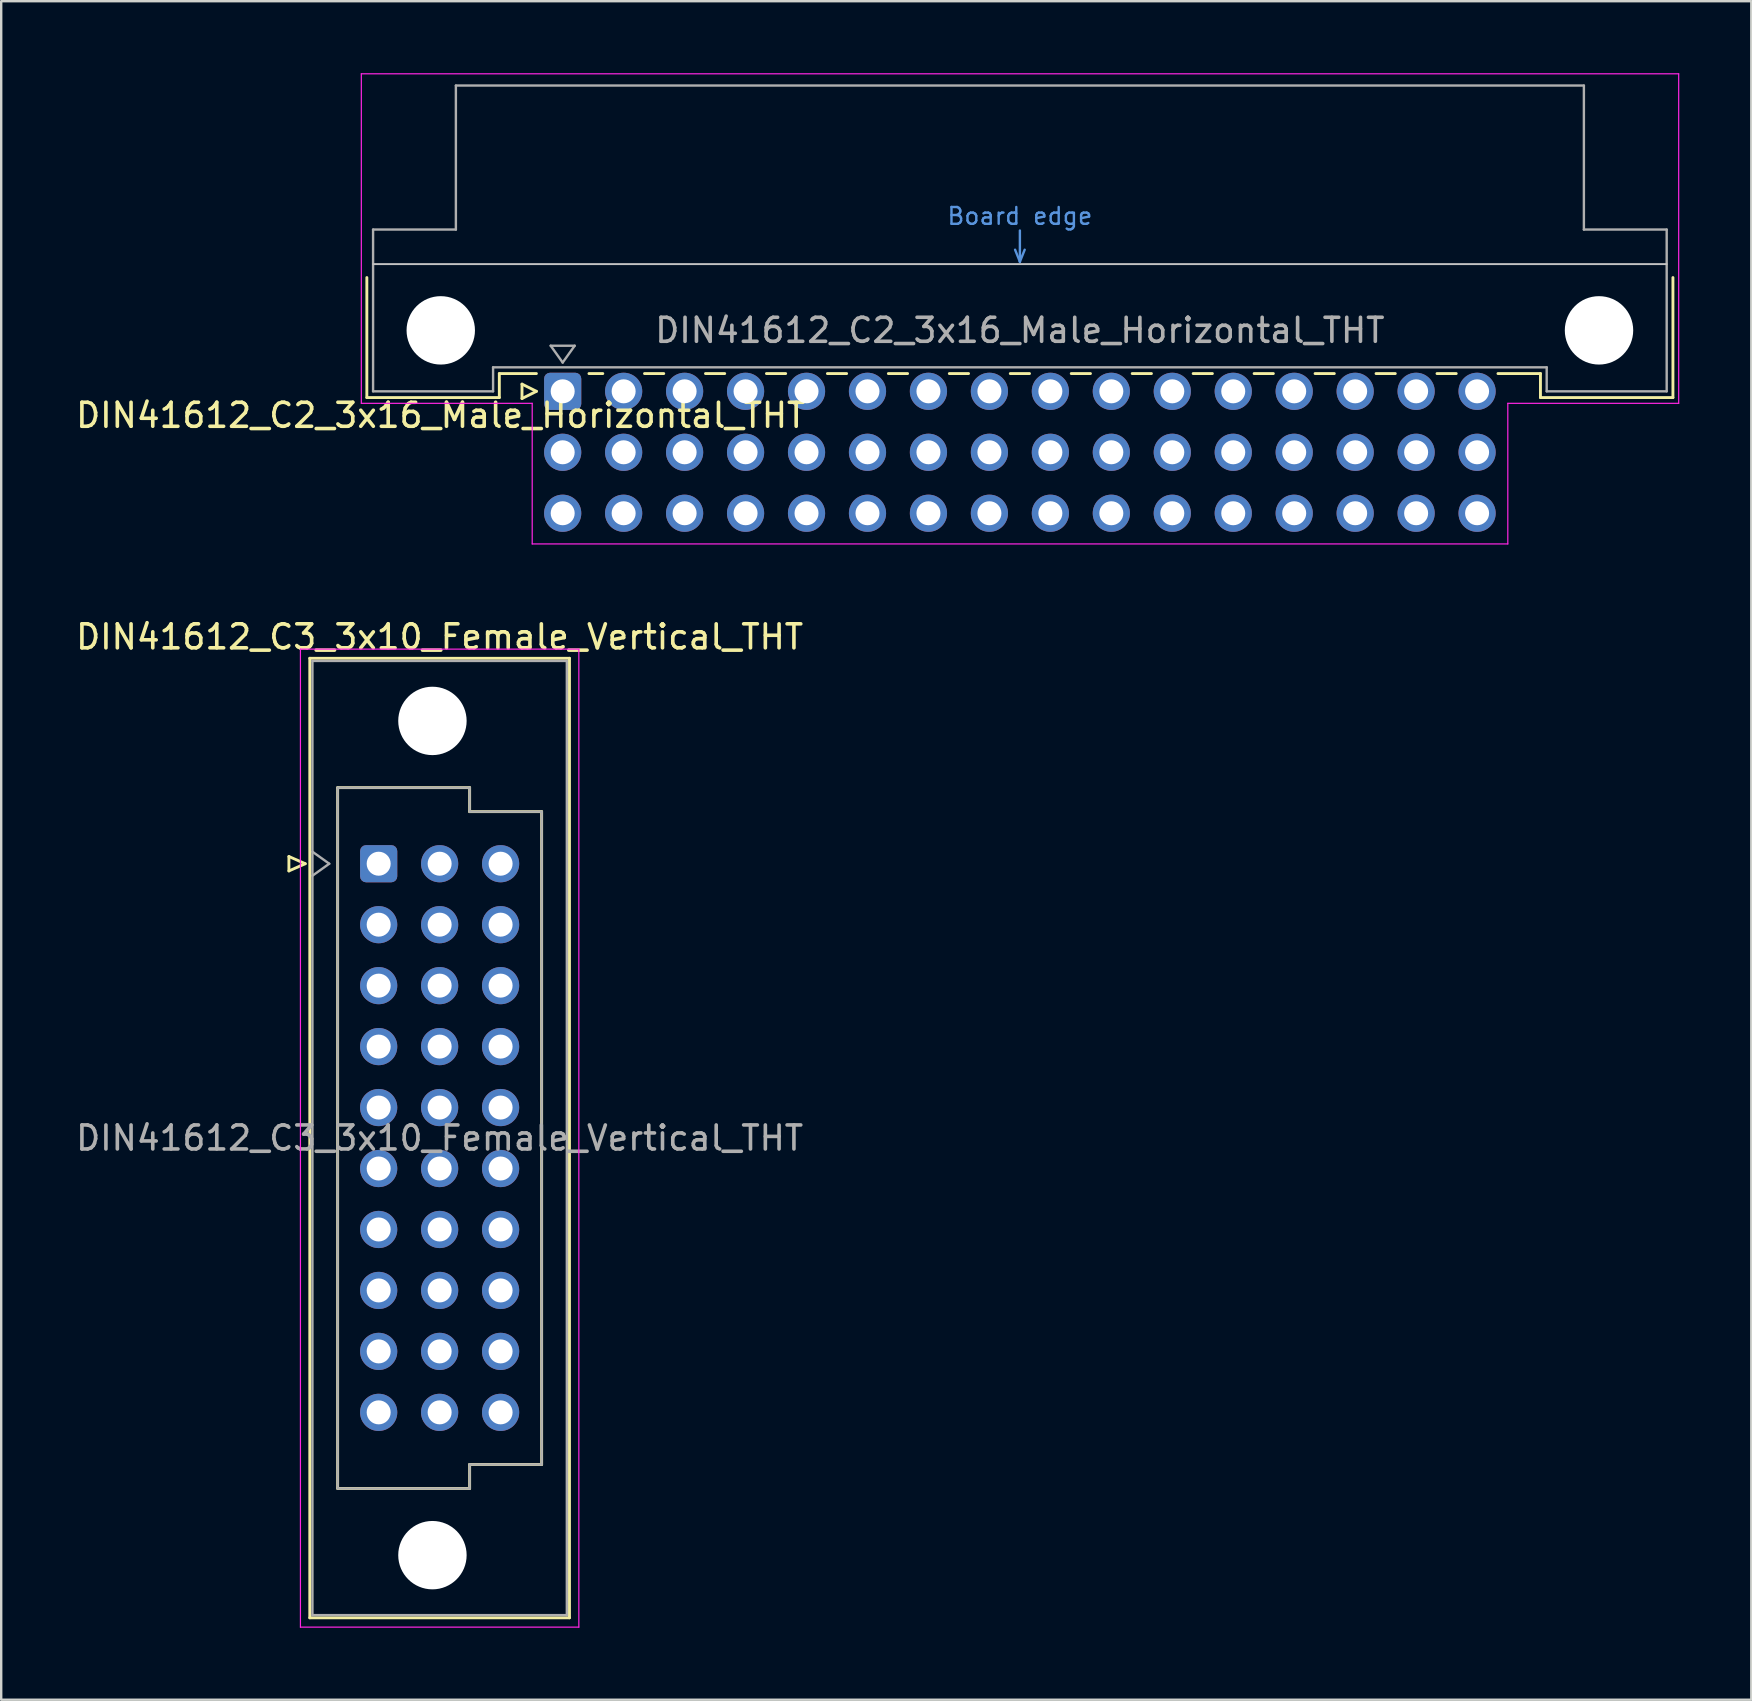
<source format=kicad_pcb>
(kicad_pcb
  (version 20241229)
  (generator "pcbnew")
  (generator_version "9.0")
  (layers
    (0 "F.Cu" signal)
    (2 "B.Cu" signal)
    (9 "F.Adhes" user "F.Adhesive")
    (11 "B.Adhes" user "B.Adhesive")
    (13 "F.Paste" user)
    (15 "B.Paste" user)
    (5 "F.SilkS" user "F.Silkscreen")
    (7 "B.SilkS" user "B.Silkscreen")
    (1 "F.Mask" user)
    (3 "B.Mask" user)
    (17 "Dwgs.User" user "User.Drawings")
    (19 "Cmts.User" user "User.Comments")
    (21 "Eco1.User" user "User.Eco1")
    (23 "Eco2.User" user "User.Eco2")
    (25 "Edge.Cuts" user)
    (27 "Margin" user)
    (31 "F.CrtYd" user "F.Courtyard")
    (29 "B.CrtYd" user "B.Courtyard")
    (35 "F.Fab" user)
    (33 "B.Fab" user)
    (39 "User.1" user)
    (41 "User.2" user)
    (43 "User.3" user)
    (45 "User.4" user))
  (footprint "DIN41612_C2_3x16_Male_Horizontal_THT"
    (layer "F.Cu")
    (at 20.395 13.255)
    (property "Reference" "DIN41612_C2_3x16_Male_Horizontal_THT" (at -5.08 1 0) (layer "F.SilkS") (effects (font (size 1 1) (thickness 0.15))))
    (attr through_hole)
    (fp_line (start -8.16 -4.74) (end -8.16 0.26) (stroke (width 0.12) (type solid)) (layer "F.SilkS"))
    (fp_line (start -8.16 0.26) (end -2.64 0.26) (stroke (width 0.12) (type solid)) (layer "F.SilkS"))
    (fp_line (start -2.64 -0.74) (end -1.095 -0.74) (stroke (width 0.12) (type solid)) (layer "F.SilkS"))
    (fp_line (start -2.64 0.26) (end -2.64 -0.74) (stroke (width 0.12) (type solid)) (layer "F.SilkS"))
    (fp_line (start -1.695 -0.3) (end -1.695 0.3) (stroke (width 0.12) (type solid)) (layer "F.SilkS"))
    (fp_line (start -1.695 0.3) (end -1.095 0) (stroke (width 0.12) (type solid)) (layer "F.SilkS"))
    (fp_line (start -1.095 0) (end -1.695 -0.3) (stroke (width 0.12) (type solid)) (layer "F.SilkS"))
    (fp_line (start 1.095 -0.74) (end 1.671 -0.74) (stroke (width 0.12) (type solid)) (layer "F.SilkS"))
    (fp_line (start 3.41 -0.74) (end 4.211 -0.74) (stroke (width 0.12) (type solid)) (layer "F.SilkS"))
    (fp_line (start 5.95 -0.74) (end 6.751 -0.74) (stroke (width 0.12) (type solid)) (layer "F.SilkS"))
    (fp_line (start 8.49 -0.74) (end 9.291 -0.74) (stroke (width 0.12) (type solid)) (layer "F.SilkS"))
    (fp_line (start 11.03 -0.74) (end 11.831 -0.74) (stroke (width 0.12) (type solid)) (layer "F.SilkS"))
    (fp_line (start 13.57 -0.74) (end 14.371 -0.74) (stroke (width 0.12) (type solid)) (layer "F.SilkS"))
    (fp_line (start 16.11 -0.74) (end 16.911 -0.74) (stroke (width 0.12) (type solid)) (layer "F.SilkS"))
    (fp_line (start 18.65 -0.74) (end 19.451 -0.74) (stroke (width 0.12) (type solid)) (layer "F.SilkS"))
    (fp_line (start 21.19 -0.74) (end 21.991 -0.74) (stroke (width 0.12) (type solid)) (layer "F.SilkS"))
    (fp_line (start 23.73 -0.74) (end 24.531 -0.74) (stroke (width 0.12) (type solid)) (layer "F.SilkS"))
    (fp_line (start 26.27 -0.74) (end 27.071 -0.74) (stroke (width 0.12) (type solid)) (layer "F.SilkS"))
    (fp_line (start 28.81 -0.74) (end 29.611 -0.74) (stroke (width 0.12) (type solid)) (layer "F.SilkS"))
    (fp_line (start 31.35 -0.74) (end 32.151 -0.74) (stroke (width 0.12) (type solid)) (layer "F.SilkS"))
    (fp_line (start 33.89 -0.74) (end 34.691 -0.74) (stroke (width 0.12) (type solid)) (layer "F.SilkS"))
    (fp_line (start 36.43 -0.74) (end 37.231 -0.74) (stroke (width 0.12) (type solid)) (layer "F.SilkS"))
    (fp_line (start 38.97 -0.74) (end 40.74 -0.74) (stroke (width 0.12) (type solid)) (layer "F.SilkS"))
    (fp_line (start 40.74 0.26) (end 40.74 -0.74) (stroke (width 0.12) (type solid)) (layer "F.SilkS"))
    (fp_line (start 46.26 -4.74) (end 46.26 0.26) (stroke (width 0.12) (type solid)) (layer "F.SilkS"))
    (fp_line (start 46.26 0.26) (end 40.74 0.26) (stroke (width 0.12) (type solid)) (layer "F.SilkS"))
    (fp_line (start -7.9 -5.3) (end 46 -5.3) (stroke (width 0.08) (type solid)) (layer "Dwgs.User"))
    (fp_line (start 18.85 -5.9) (end 19.05 -5.4) (stroke (width 0.1) (type solid)) (layer "Cmts.User"))
    (fp_line (start 19.05 -5.4) (end 19.05 -6.7) (stroke (width 0.1) (type solid)) (layer "Cmts.User"))
    (fp_line (start 19.05 -5.4) (end 19.25 -5.9) (stroke (width 0.1) (type solid)) (layer "Cmts.User"))
    (fp_line (start -8.39 -13.23) (end -8.39 0.5) (stroke (width 0.05) (type solid)) (layer "F.CrtYd"))
    (fp_line (start -8.39 0.5) (end -1.27 0.5) (stroke (width 0.05) (type solid)) (layer "F.CrtYd"))
    (fp_line (start -1.27 0.5) (end -1.27 6.36) (stroke (width 0.05) (type solid)) (layer "F.CrtYd"))
    (fp_line (start -1.27 6.36) (end 39.38 6.36) (stroke (width 0.05) (type solid)) (layer "F.CrtYd"))
    (fp_line (start 39.38 0.5) (end 46.5 0.5) (stroke (width 0.05) (type solid)) (layer "F.CrtYd"))
    (fp_line (start 39.38 6.36) (end 39.38 0.5) (stroke (width 0.05) (type solid)) (layer "F.CrtYd"))
    (fp_line (start 46.5 -13.23) (end -8.39 -13.23) (stroke (width 0.05) (type solid)) (layer "F.CrtYd"))
    (fp_line (start 46.5 0.5) (end 46.5 -13.23) (stroke (width 0.05) (type solid)) (layer "F.CrtYd"))
    (fp_line (start -7.9 -6.74) (end -7.9 0) (stroke (width 0.1) (type solid)) (layer "F.Fab"))
    (fp_line (start -7.9 0) (end -2.9 0) (stroke (width 0.1) (type solid)) (layer "F.Fab"))
    (fp_line (start -4.45 -12.74) (end -4.45 -6.74) (stroke (width 0.1) (type solid)) (layer "F.Fab"))
    (fp_line (start -4.45 -6.74) (end -7.9 -6.74) (stroke (width 0.1) (type solid)) (layer "F.Fab"))
    (fp_line (start -2.9 -1) (end 41 -1) (stroke (width 0.1) (type solid)) (layer "F.Fab"))
    (fp_line (start -2.9 0) (end -2.9 -1) (stroke (width 0.1) (type solid)) (layer "F.Fab"))
    (fp_line (start -0.5 -1.9) (end 0.5 -1.9) (stroke (width 0.1) (type solid)) (layer "F.Fab"))
    (fp_line (start 0 -1.2) (end -0.5 -1.9) (stroke (width 0.1) (type solid)) (layer "F.Fab"))
    (fp_line (start 0.5 -1.9) (end 0 -1.2) (stroke (width 0.1) (type solid)) (layer "F.Fab"))
    (fp_line (start 41 -1) (end 41 0) (stroke (width 0.1) (type solid)) (layer "F.Fab"))
    (fp_line (start 41 0) (end 46 0) (stroke (width 0.1) (type solid)) (layer "F.Fab"))
    (fp_line (start 42.55 -12.74) (end -4.45 -12.74) (stroke (width 0.1) (type solid)) (layer "F.Fab"))
    (fp_line (start 42.55 -6.74) (end 42.55 -12.74) (stroke (width 0.1) (type solid)) (layer "F.Fab"))
    (fp_line (start 46 -6.74) (end 42.55 -6.74) (stroke (width 0.1) (type solid)) (layer "F.Fab"))
    (fp_line (start 46 0) (end 46 -6.74) (stroke (width 0.1) (type solid)) (layer "F.Fab"))
    (fp_text user "Board edge" (at 19.05 -7.3 0) (layer "Cmts.User") (effects (font (size 0.7 0.7) (thickness 0.1))))
    (fp_text user "${REFERENCE}" (at 19.05 -2.54 0) (layer "F.Fab") (effects (font (size 1 1) (thickness 0.15))))
    (pad "" np_thru_hole circle (at -5.08 -2.54) (size 2.85 2.85) (drill 2.85) (layers "*.Cu" "*.Mask"))
    (pad "" np_thru_hole circle (at 43.18 -2.54) (size 2.85 2.85) (drill 2.85) (layers "*.Cu" "*.Mask"))
    (pad "a1" thru_hole roundrect (at 0 0) (size 1.55 1.55) (drill 1) (layers "*.Cu" "*.Mask") (roundrect_rratio 0.161))
    (pad "a2" thru_hole circle (at 2.54 0) (size 1.55 1.55) (drill 1) (layers "*.Cu" "*.Mask"))
    (pad "a3" thru_hole circle (at 5.08 0) (size 1.55 1.55) (drill 1) (layers "*.Cu" "*.Mask"))
    (pad "a4" thru_hole circle (at 7.62 0) (size 1.55 1.55) (drill 1) (layers "*.Cu" "*.Mask"))
    (pad "a5" thru_hole circle (at 10.16 0) (size 1.55 1.55) (drill 1) (layers "*.Cu" "*.Mask"))
    (pad "a6" thru_hole circle (at 12.7 0) (size 1.55 1.55) (drill 1) (layers "*.Cu" "*.Mask"))
    (pad "a7" thru_hole circle (at 15.24 0) (size 1.55 1.55) (drill 1) (layers "*.Cu" "*.Mask"))
    (pad "a8" thru_hole circle (at 17.78 0) (size 1.55 1.55) (drill 1) (layers "*.Cu" "*.Mask"))
    (pad "a9" thru_hole circle (at 20.32 0) (size 1.55 1.55) (drill 1) (layers "*.Cu" "*.Mask"))
    (pad "a10" thru_hole circle (at 22.86 0) (size 1.55 1.55) (drill 1) (layers "*.Cu" "*.Mask"))
    (pad "a11" thru_hole circle (at 25.4 0) (size 1.55 1.55) (drill 1) (layers "*.Cu" "*.Mask"))
    (pad "a12" thru_hole circle (at 27.94 0) (size 1.55 1.55) (drill 1) (layers "*.Cu" "*.Mask"))
    (pad "a13" thru_hole circle (at 30.48 0) (size 1.55 1.55) (drill 1) (layers "*.Cu" "*.Mask"))
    (pad "a14" thru_hole circle (at 33.02 0) (size 1.55 1.55) (drill 1) (layers "*.Cu" "*.Mask"))
    (pad "a15" thru_hole circle (at 35.56 0) (size 1.55 1.55) (drill 1) (layers "*.Cu" "*.Mask"))
    (pad "a16" thru_hole circle (at 38.1 0) (size 1.55 1.55) (drill 1) (layers "*.Cu" "*.Mask"))
    (pad "b1" thru_hole circle (at 0 2.54) (size 1.55 1.55) (drill 1) (layers "*.Cu" "*.Mask"))
    (pad "b2" thru_hole circle (at 2.54 2.54) (size 1.55 1.55) (drill 1) (layers "*.Cu" "*.Mask"))
    (pad "b3" thru_hole circle (at 5.08 2.54) (size 1.55 1.55) (drill 1) (layers "*.Cu" "*.Mask"))
    (pad "b4" thru_hole circle (at 7.62 2.54) (size 1.55 1.55) (drill 1) (layers "*.Cu" "*.Mask"))
    (pad "b5" thru_hole circle (at 10.16 2.54) (size 1.55 1.55) (drill 1) (layers "*.Cu" "*.Mask"))
    (pad "b6" thru_hole circle (at 12.7 2.54) (size 1.55 1.55) (drill 1) (layers "*.Cu" "*.Mask"))
    (pad "b7" thru_hole circle (at 15.24 2.54) (size 1.55 1.55) (drill 1) (layers "*.Cu" "*.Mask"))
    (pad "b8" thru_hole circle (at 17.78 2.54) (size 1.55 1.55) (drill 1) (layers "*.Cu" "*.Mask"))
    (pad "b9" thru_hole circle (at 20.32 2.54) (size 1.55 1.55) (drill 1) (layers "*.Cu" "*.Mask"))
    (pad "b10" thru_hole circle (at 22.86 2.54) (size 1.55 1.55) (drill 1) (layers "*.Cu" "*.Mask"))
    (pad "b11" thru_hole circle (at 25.4 2.54) (size 1.55 1.55) (drill 1) (layers "*.Cu" "*.Mask"))
    (pad "b12" thru_hole circle (at 27.94 2.54) (size 1.55 1.55) (drill 1) (layers "*.Cu" "*.Mask"))
    (pad "b13" thru_hole circle (at 30.48 2.54) (size 1.55 1.55) (drill 1) (layers "*.Cu" "*.Mask"))
    (pad "b14" thru_hole circle (at 33.02 2.54) (size 1.55 1.55) (drill 1) (layers "*.Cu" "*.Mask"))
    (pad "b15" thru_hole circle (at 35.56 2.54) (size 1.55 1.55) (drill 1) (layers "*.Cu" "*.Mask"))
    (pad "b16" thru_hole circle (at 38.1 2.54) (size 1.55 1.55) (drill 1) (layers "*.Cu" "*.Mask"))
    (pad "c1" thru_hole circle (at 0 5.08) (size 1.55 1.55) (drill 1) (layers "*.Cu" "*.Mask"))
    (pad "c2" thru_hole circle (at 2.54 5.08) (size 1.55 1.55) (drill 1) (layers "*.Cu" "*.Mask"))
    (pad "c3" thru_hole circle (at 5.08 5.08) (size 1.55 1.55) (drill 1) (layers "*.Cu" "*.Mask"))
    (pad "c4" thru_hole circle (at 7.62 5.08) (size 1.55 1.55) (drill 1) (layers "*.Cu" "*.Mask"))
    (pad "c5" thru_hole circle (at 10.16 5.08) (size 1.55 1.55) (drill 1) (layers "*.Cu" "*.Mask"))
    (pad "c6" thru_hole circle (at 12.7 5.08) (size 1.55 1.55) (drill 1) (layers "*.Cu" "*.Mask"))
    (pad "c7" thru_hole circle (at 15.24 5.08) (size 1.55 1.55) (drill 1) (layers "*.Cu" "*.Mask"))
    (pad "c8" thru_hole circle (at 17.78 5.08) (size 1.55 1.55) (drill 1) (layers "*.Cu" "*.Mask"))
    (pad "c9" thru_hole circle (at 20.32 5.08) (size 1.55 1.55) (drill 1) (layers "*.Cu" "*.Mask"))
    (pad "c10" thru_hole circle (at 22.86 5.08) (size 1.55 1.55) (drill 1) (layers "*.Cu" "*.Mask"))
    (pad "c11" thru_hole circle (at 25.4 5.08) (size 1.55 1.55) (drill 1) (layers "*.Cu" "*.Mask"))
    (pad "c12" thru_hole circle (at 27.94 5.08) (size 1.55 1.55) (drill 1) (layers "*.Cu" "*.Mask"))
    (pad "c13" thru_hole circle (at 30.48 5.08) (size 1.55 1.55) (drill 1) (layers "*.Cu" "*.Mask"))
    (pad "c14" thru_hole circle (at 33.02 5.08) (size 1.55 1.55) (drill 1) (layers "*.Cu" "*.Mask"))
    (pad "c15" thru_hole circle (at 35.56 5.08) (size 1.55 1.55) (drill 1) (layers "*.Cu" "*.Mask"))
    (pad "c16" thru_hole circle (at 38.1 5.08) (size 1.55 1.55) (drill 1) (layers "*.Cu" "*.Mask")))
  (footprint "DIN41612_C3_3x10_Female_Vertical_THT"
    (layer "F.Cu")
    (at 12.728 32.938)
    (property "Reference" "DIN41612_C3_3x10_Female_Vertical_THT" (at 2.54 -9.45 0) (layer "F.SilkS") (effects (font (size 1 1) (thickness 0.15))))
    (attr through_hole)
    (fp_line (start -3.74 -0.3) (end -3.74 0.3) (stroke (width 0.12) (type solid)) (layer "F.SilkS"))
    (fp_line (start -3.74 0.3) (end -3.06 0) (stroke (width 0.12) (type solid)) (layer "F.SilkS"))
    (fp_line (start -3.06 0) (end -3.74 -0.3) (stroke (width 0.12) (type solid)) (layer "F.SilkS"))
    (fp_line (start -2.87 -8.56) (end 7.95 -8.56) (stroke (width 0.12) (type solid)) (layer "F.SilkS"))
    (fp_line (start -2.87 31.42) (end -2.87 -8.56) (stroke (width 0.12) (type solid)) (layer "F.SilkS"))
    (fp_line (start -1.71 -3.17) (end 3.79 -3.17) (stroke (width 0.12) (type solid)) (layer "F.SilkS"))
    (fp_line (start -1.71 26.03) (end -1.71 -3.17) (stroke (width 0.12) (type solid)) (layer "F.SilkS"))
    (fp_line (start 3.79 -3.17) (end 3.79 -2.17) (stroke (width 0.12) (type solid)) (layer "F.SilkS"))
    (fp_line (start 3.79 -2.17) (end 6.79 -2.17) (stroke (width 0.12) (type solid)) (layer "F.SilkS"))
    (fp_line (start 3.79 25.03) (end 3.79 26.03) (stroke (width 0.12) (type solid)) (layer "F.SilkS"))
    (fp_line (start 3.79 26.03) (end -1.71 26.03) (stroke (width 0.12) (type solid)) (layer "F.SilkS"))
    (fp_line (start 6.79 -2.17) (end 6.79 25.03) (stroke (width 0.12) (type solid)) (layer "F.SilkS"))
    (fp_line (start 6.79 25.03) (end 3.79 25.03) (stroke (width 0.12) (type solid)) (layer "F.SilkS"))
    (fp_line (start 7.95 -8.56) (end 7.95 31.42) (stroke (width 0.12) (type solid)) (layer "F.SilkS"))
    (fp_line (start 7.95 31.42) (end -2.87 31.42) (stroke (width 0.12) (type solid)) (layer "F.SilkS"))
    (fp_line (start -3.26 -8.94) (end 8.34 -8.94) (stroke (width 0.05) (type solid)) (layer "F.CrtYd"))
    (fp_line (start -3.26 31.81) (end -3.26 -8.94) (stroke (width 0.05) (type solid)) (layer "F.CrtYd"))
    (fp_line (start 8.34 -8.94) (end 8.34 31.81) (stroke (width 0.05) (type solid)) (layer "F.CrtYd"))
    (fp_line (start 8.34 31.81) (end -3.26 31.81) (stroke (width 0.05) (type solid)) (layer "F.CrtYd"))
    (fp_line (start -2.76 -8.45) (end 7.84 -8.45) (stroke (width 0.1) (type solid)) (layer "F.Fab"))
    (fp_line (start -2.76 -0.5) (end -2.06 0) (stroke (width 0.1) (type solid)) (layer "F.Fab"))
    (fp_line (start -2.76 31.31) (end -2.76 -8.45) (stroke (width 0.1) (type solid)) (layer "F.Fab"))
    (fp_line (start -2.06 0) (end -2.76 0.5) (stroke (width 0.1) (type solid)) (layer "F.Fab"))
    (fp_line (start -1.71 -3.17) (end 3.79 -3.17) (stroke (width 0.1) (type solid)) (layer "F.Fab"))
    (fp_line (start -1.71 26.03) (end -1.71 -3.17) (stroke (width 0.1) (type solid)) (layer "F.Fab"))
    (fp_line (start 3.79 -3.17) (end 3.79 -2.17) (stroke (width 0.1) (type solid)) (layer "F.Fab"))
    (fp_line (start 3.79 -2.17) (end 6.79 -2.17) (stroke (width 0.1) (type solid)) (layer "F.Fab"))
    (fp_line (start 3.79 25.03) (end 3.79 26.03) (stroke (width 0.1) (type solid)) (layer "F.Fab"))
    (fp_line (start 3.79 26.03) (end -1.71 26.03) (stroke (width 0.1) (type solid)) (layer "F.Fab"))
    (fp_line (start 6.79 -2.17) (end 6.79 25.03) (stroke (width 0.1) (type solid)) (layer "F.Fab"))
    (fp_line (start 6.79 25.03) (end 3.79 25.03) (stroke (width 0.1) (type solid)) (layer "F.Fab"))
    (fp_line (start 7.84 -8.45) (end 7.84 31.31) (stroke (width 0.1) (type solid)) (layer "F.Fab"))
    (fp_line (start 7.84 31.31) (end -2.76 31.31) (stroke (width 0.1) (type solid)) (layer "F.Fab"))
    (fp_text user "${REFERENCE}" (at 2.54 11.43 0) (layer "F.Fab") (effects (font (size 1 1) (thickness 0.15))))
    (pad "" np_thru_hole circle (at 2.24 -5.95) (size 2.85 2.85) (drill 2.85) (layers "*.Cu" "*.Mask"))
    (pad "" np_thru_hole circle (at 2.24 28.81) (size 2.85 2.85) (drill 2.85) (layers "*.Cu" "*.Mask"))
    (pad "a1" thru_hole roundrect (at 0 0) (size 1.55 1.55) (drill 1) (layers "*.Cu" "*.Mask") (roundrect_rratio 0.161))
    (pad "a2" thru_hole circle (at 0 2.54) (size 1.55 1.55) (drill 1) (layers "*.Cu" "*.Mask"))
    (pad "a3" thru_hole circle (at 0 5.08) (size 1.55 1.55) (drill 1) (layers "*.Cu" "*.Mask"))
    (pad "a4" thru_hole circle (at 0 7.62) (size 1.55 1.55) (drill 1) (layers "*.Cu" "*.Mask"))
    (pad "a5" thru_hole circle (at 0 10.16) (size 1.55 1.55) (drill 1) (layers "*.Cu" "*.Mask"))
    (pad "a6" thru_hole circle (at 0 12.7) (size 1.55 1.55) (drill 1) (layers "*.Cu" "*.Mask"))
    (pad "a7" thru_hole circle (at 0 15.24) (size 1.55 1.55) (drill 1) (layers "*.Cu" "*.Mask"))
    (pad "a8" thru_hole circle (at 0 17.78) (size 1.55 1.55) (drill 1) (layers "*.Cu" "*.Mask"))
    (pad "a9" thru_hole circle (at 0 20.32) (size 1.55 1.55) (drill 1) (layers "*.Cu" "*.Mask"))
    (pad "a10" thru_hole circle (at 0 22.86) (size 1.55 1.55) (drill 1) (layers "*.Cu" "*.Mask"))
    (pad "b1" thru_hole circle (at 2.54 0) (size 1.55 1.55) (drill 1) (layers "*.Cu" "*.Mask"))
    (pad "b2" thru_hole circle (at 2.54 2.54) (size 1.55 1.55) (drill 1) (layers "*.Cu" "*.Mask"))
    (pad "b3" thru_hole circle (at 2.54 5.08) (size 1.55 1.55) (drill 1) (layers "*.Cu" "*.Mask"))
    (pad "b4" thru_hole circle (at 2.54 7.62) (size 1.55 1.55) (drill 1) (layers "*.Cu" "*.Mask"))
    (pad "b5" thru_hole circle (at 2.54 10.16) (size 1.55 1.55) (drill 1) (layers "*.Cu" "*.Mask"))
    (pad "b6" thru_hole circle (at 2.54 12.7) (size 1.55 1.55) (drill 1) (layers "*.Cu" "*.Mask"))
    (pad "b7" thru_hole circle (at 2.54 15.24) (size 1.55 1.55) (drill 1) (layers "*.Cu" "*.Mask"))
    (pad "b8" thru_hole circle (at 2.54 17.78) (size 1.55 1.55) (drill 1) (layers "*.Cu" "*.Mask"))
    (pad "b9" thru_hole circle (at 2.54 20.32) (size 1.55 1.55) (drill 1) (layers "*.Cu" "*.Mask"))
    (pad "b10" thru_hole circle (at 2.54 22.86) (size 1.55 1.55) (drill 1) (layers "*.Cu" "*.Mask"))
    (pad "c1" thru_hole circle (at 5.08 0) (size 1.55 1.55) (drill 1) (layers "*.Cu" "*.Mask"))
    (pad "c2" thru_hole circle (at 5.08 2.54) (size 1.55 1.55) (drill 1) (layers "*.Cu" "*.Mask"))
    (pad "c3" thru_hole circle (at 5.08 5.08) (size 1.55 1.55) (drill 1) (layers "*.Cu" "*.Mask"))
    (pad "c4" thru_hole circle (at 5.08 7.62) (size 1.55 1.55) (drill 1) (layers "*.Cu" "*.Mask"))
    (pad "c5" thru_hole circle (at 5.08 10.16) (size 1.55 1.55) (drill 1) (layers "*.Cu" "*.Mask"))
    (pad "c6" thru_hole circle (at 5.08 12.7) (size 1.55 1.55) (drill 1) (layers "*.Cu" "*.Mask"))
    (pad "c7" thru_hole circle (at 5.08 15.24) (size 1.55 1.55) (drill 1) (layers "*.Cu" "*.Mask"))
    (pad "c8" thru_hole circle (at 5.08 17.78) (size 1.55 1.55) (drill 1) (layers "*.Cu" "*.Mask"))
    (pad "c9" thru_hole circle (at 5.08 20.32) (size 1.55 1.55) (drill 1) (layers "*.Cu" "*.Mask"))
    (pad "c10" thru_hole circle (at 5.08 22.86) (size 1.55 1.55) (drill 1) (layers "*.Cu" "*.Mask")))
  (gr_rect
    (start -3 -3)
    (end 69.92 67.773)
    (stroke (width 0.1) (type default))
    (fill no)
    (layer "Edge.Cuts")))
</source>
